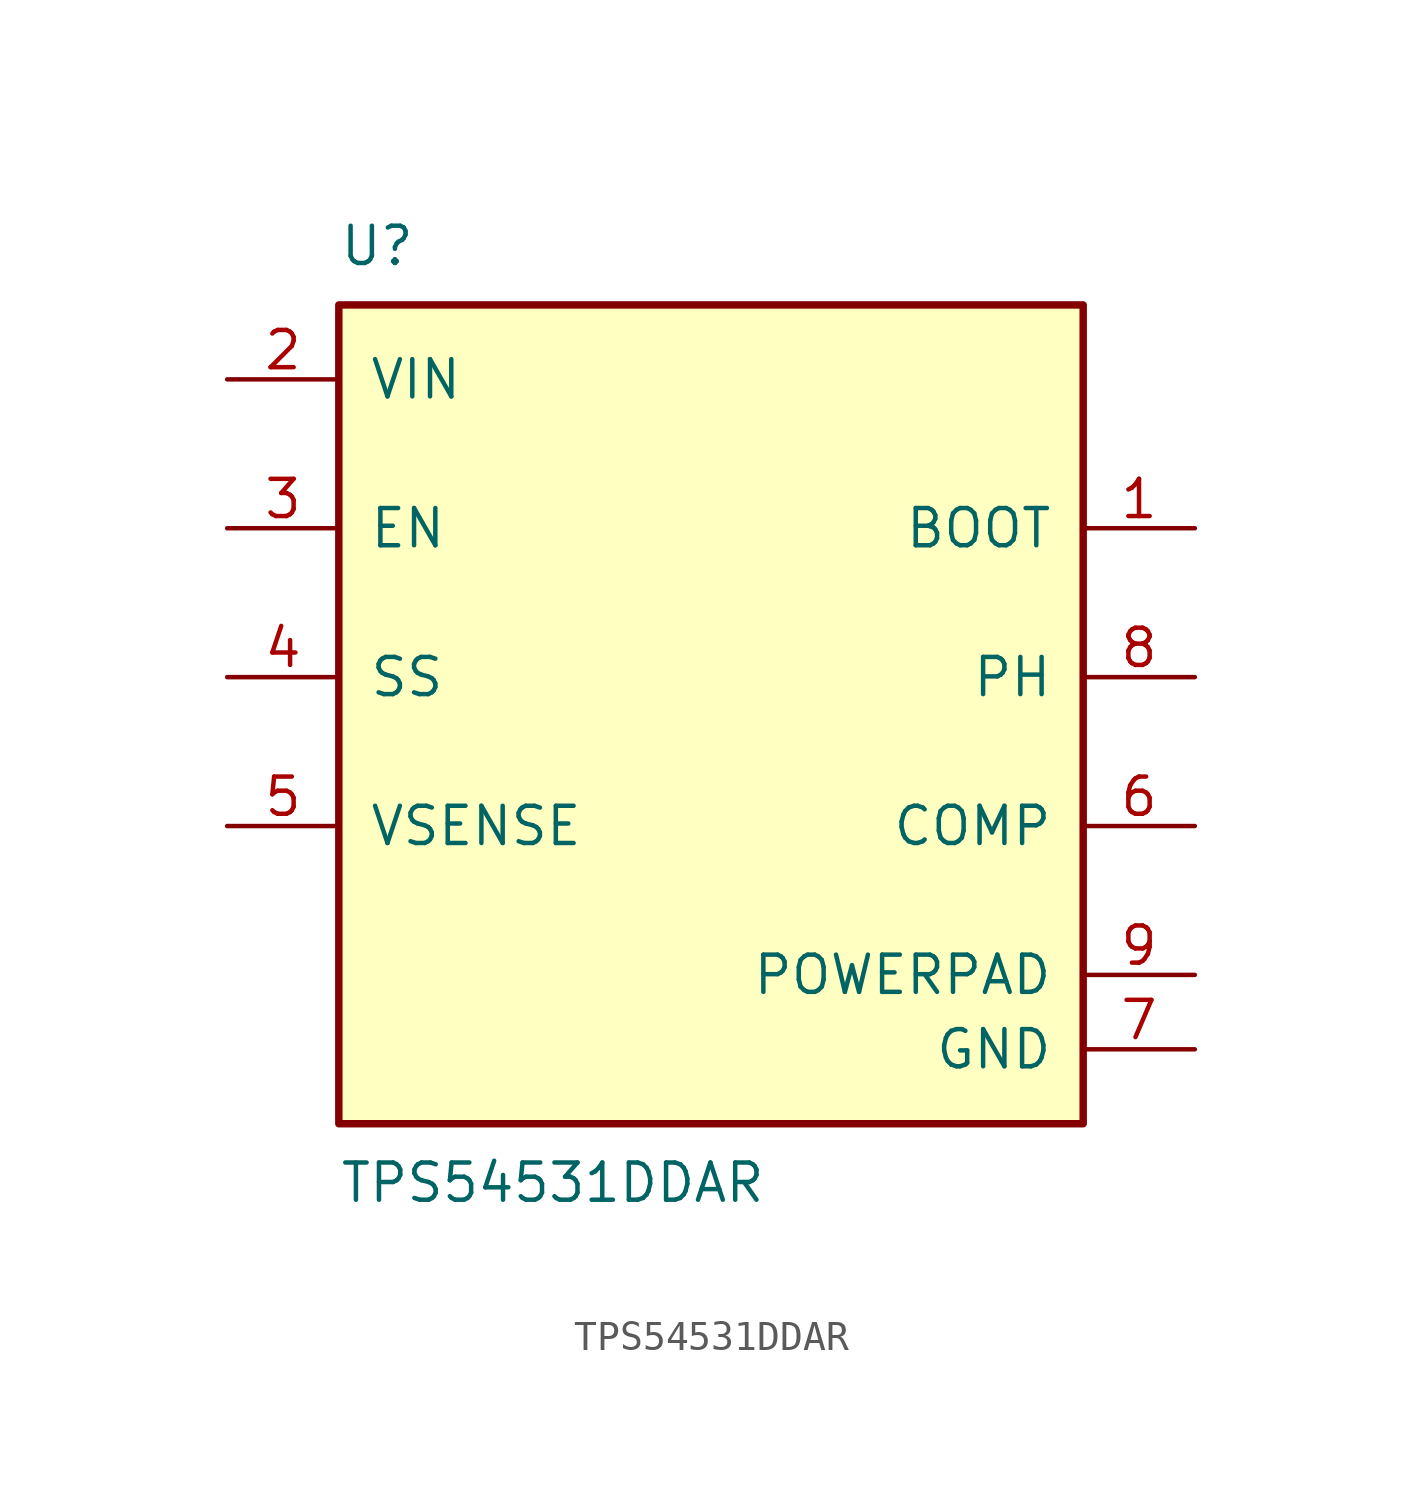
<source format=kicad_sym>
(kicad_symbol_lib
  (version 20231120)
  (generator "kicad_symbol_editor")
  (generator_version "8.99")
  (symbol "TPS54531DDAR"
    (pin_names
      (offset 1.016))
    (property "Reference" "U"
      (at -12.7 16.51 0)
      (effects (font (size 1.27 1.27)) (justify left bottom)))
    (property "Value" "TPS54531DDAR"
      (at -12.7 -13.97 0)
      (effects (font (size 1.27 1.27)) (justify left top)))
    (symbol "TPS54531DDAR_0_0"
      (rectangle (start -12.7 -12.7) (end 12.7 15.24) (stroke (width 0.254) (type default)) (fill (type background)))
      (pin output line (at 16.51 7.62 180) (length 3.81) (name "BOOT" (effects (font (size 1.27 1.27)))) (number "1" (effects (font (size 1.27 1.27)))))
      (pin power_in line (at -16.51 12.7 0) (length 3.81) (name "VIN" (effects (font (size 1.27 1.27)))) (number "2" (effects (font (size 1.27 1.27)))))
      (pin input line (at -16.51 7.62 0) (length 3.81) (name "EN" (effects (font (size 1.27 1.27)))) (number "3" (effects (font (size 1.27 1.27)))))
      (pin input line (at -16.51 2.54 0) (length 3.81) (name "SS" (effects (font (size 1.27 1.27)))) (number "4" (effects (font (size 1.27 1.27)))))
      (pin input line (at -16.51 -2.54 0) (length 3.81) (name "VSENSE" (effects (font (size 1.27 1.27)))) (number "5" (effects (font (size 1.27 1.27)))))
      (pin output line (at 16.51 -2.54 180) (length 3.81) (name "COMP" (effects (font (size 1.27 1.27)))) (number "6" (effects (font (size 1.27 1.27)))))
      (pin power_in line (at 16.51 -10.16 180) (length 3.81) (name "GND" (effects (font (size 1.27 1.27)))) (number "7" (effects (font (size 1.27 1.27)))))
      (pin output line (at 16.51 2.54 180) (length 3.81) (name "PH" (effects (font (size 1.27 1.27)))) (number "8" (effects (font (size 1.27 1.27)))))
      (pin power_in line (at 16.51 -7.62 180) (length 3.81) (name "POWERPAD" (effects (font (size 1.27 1.27)))) (number "9" (effects (font (size 1.27 1.27))))))))
</source>
